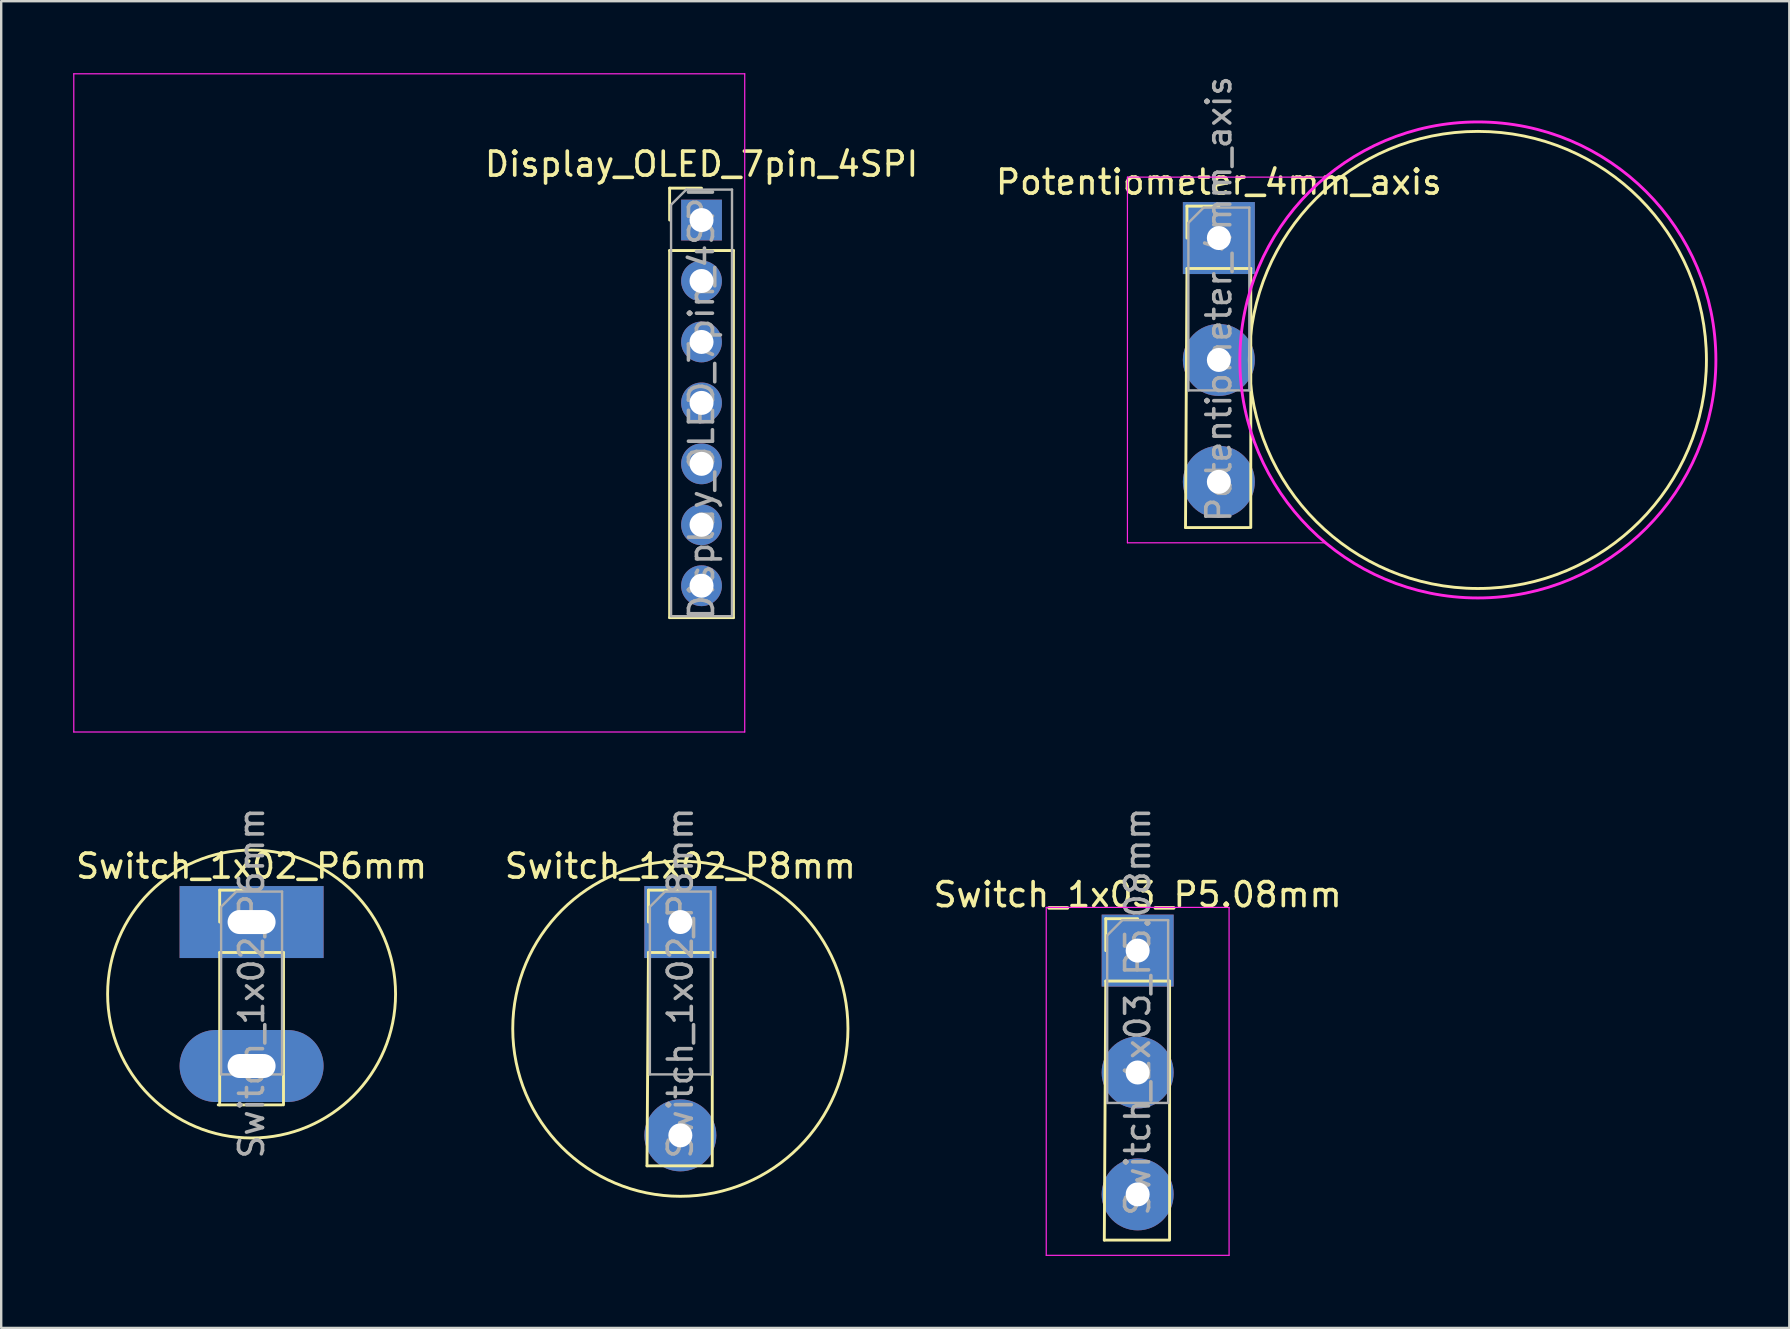
<source format=kicad_pcb>
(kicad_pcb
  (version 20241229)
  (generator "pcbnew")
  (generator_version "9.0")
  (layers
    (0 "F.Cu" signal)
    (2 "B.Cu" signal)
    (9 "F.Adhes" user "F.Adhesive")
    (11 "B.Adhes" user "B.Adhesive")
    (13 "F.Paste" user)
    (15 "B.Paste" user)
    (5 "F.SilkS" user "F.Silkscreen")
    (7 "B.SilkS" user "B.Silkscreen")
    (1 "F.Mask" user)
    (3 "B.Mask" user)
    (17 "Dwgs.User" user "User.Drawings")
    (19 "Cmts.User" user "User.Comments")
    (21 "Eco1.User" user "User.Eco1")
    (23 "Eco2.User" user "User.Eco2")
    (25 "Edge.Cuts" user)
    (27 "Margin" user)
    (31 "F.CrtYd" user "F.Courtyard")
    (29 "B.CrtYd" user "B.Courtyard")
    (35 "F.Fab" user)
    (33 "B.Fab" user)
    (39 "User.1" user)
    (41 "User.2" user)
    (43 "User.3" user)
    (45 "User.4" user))
  (footprint "Switch_1x02_P8mm"
    (layer "F.Cu")
    (at 25.304 35.377)
    (property "Reference" "Switch_1x02_P8mm" (at 0 -2.33 0) (layer "F.SilkS") (effects (font (size 1 1) (thickness 0.15))))
    (attr through_hole)
    (fp_line (start -1.39 10.16) (end 1.27 10.16) (stroke (width 0.12) (type solid)) (layer "F.SilkS"))
    (fp_line (start -1.33 -1.33) (end 0 -1.33) (stroke (width 0.12) (type solid)) (layer "F.SilkS"))
    (fp_line (start -1.33 0) (end -1.33 -1.33) (stroke (width 0.12) (type solid)) (layer "F.SilkS"))
    (fp_line (start -1.33 1.27) (end -1.39 10.16) (stroke (width 0.12) (type solid)) (layer "F.SilkS"))
    (fp_line (start -1.33 1.27) (end 1.33 1.27) (stroke (width 0.12) (type solid)) (layer "F.SilkS"))
    (fp_line (start 1.33 1.27) (end 1.33 10.16) (stroke (width 0.12) (type solid)) (layer "F.SilkS"))
    (fp_circle (center 0 4.445) (end 0 11.43) (stroke (width 0.12) (type solid)) (fill no) (layer "F.SilkS"))
    (fp_line (start -1.27 -0.635) (end -0.635 -1.27) (stroke (width 0.1) (type solid)) (layer "F.Fab"))
    (fp_line (start -1.27 6.35) (end -1.27 -0.635) (stroke (width 0.1) (type solid)) (layer "F.Fab"))
    (fp_line (start -0.635 -1.27) (end 1.27 -1.27) (stroke (width 0.1) (type solid)) (layer "F.Fab"))
    (fp_line (start 1.27 -1.27) (end 1.27 6.35) (stroke (width 0.1) (type solid)) (layer "F.Fab"))
    (fp_line (start 1.27 6.35) (end -1.27 6.35) (stroke (width 0.1) (type solid)) (layer "F.Fab"))
    (fp_text user "${REFERENCE}" (at 0 2.54 90) (layer "F.Fab") (effects (font (size 1 1) (thickness 0.15))))
    (pad "1" thru_hole rect (at 0 0) (size 3 3) (drill 1) (layers "*.Cu" "*.Mask"))
    (pad "2" thru_hole oval (at 0 8.89) (size 3 3) (drill 1) (layers "*.Cu" "*.Mask")))
  (footprint "Display_OLED_7pin_4SPI"
    (layer "F.Cu")
    (at 26.187 6.121)
    (property "Reference" "Display_OLED_7pin_4SPI" (at 0 -2.33 0) (layer "F.SilkS") (effects (font (size 1 1) (thickness 0.15))))
    (attr through_hole)
    (fp_line (start -1.33 -1.33) (end 0 -1.33) (stroke (width 0.12) (type solid)) (layer "F.SilkS"))
    (fp_line (start -1.33 0) (end -1.33 -1.33) (stroke (width 0.12) (type solid)) (layer "F.SilkS"))
    (fp_line (start -1.33 1.27) (end -1.33 16.57) (stroke (width 0.12) (type solid)) (layer "F.SilkS"))
    (fp_line (start -1.33 1.27) (end 1.33 1.27) (stroke (width 0.12) (type solid)) (layer "F.SilkS"))
    (fp_line (start -1.33 16.57) (end 1.33 16.57) (stroke (width 0.12) (type solid)) (layer "F.SilkS"))
    (fp_line (start 1.33 1.27) (end 1.33 16.57) (stroke (width 0.12) (type solid)) (layer "F.SilkS"))
    (fp_line (start -26.162 -6.096) (end -26.162 21.336) (stroke (width 0.05) (type solid)) (layer "F.CrtYd"))
    (fp_line (start -26.162 21.336) (end 1.8 21.336) (stroke (width 0.05) (type solid)) (layer "F.CrtYd"))
    (fp_line (start 1.8 -6.096) (end -26.162 -6.096) (stroke (width 0.05) (type solid)) (layer "F.CrtYd"))
    (fp_line (start 1.8 21.336) (end 1.8 -6.096) (stroke (width 0.05) (type solid)) (layer "F.CrtYd"))
    (fp_line (start -1.27 -0.635) (end -0.635 -1.27) (stroke (width 0.1) (type solid)) (layer "F.Fab"))
    (fp_line (start -1.27 16.51) (end -1.27 -0.635) (stroke (width 0.1) (type solid)) (layer "F.Fab"))
    (fp_line (start -0.635 -1.27) (end 1.27 -1.27) (stroke (width 0.1) (type solid)) (layer "F.Fab"))
    (fp_line (start 1.27 -1.27) (end 1.27 16.51) (stroke (width 0.1) (type solid)) (layer "F.Fab"))
    (fp_line (start 1.27 16.51) (end -1.27 16.51) (stroke (width 0.1) (type solid)) (layer "F.Fab"))
    (fp_text user "${REFERENCE}" (at 0 7.62 90) (layer "F.Fab") (effects (font (size 1 1) (thickness 0.15))))
    (pad "1" thru_hole rect (at 0 0) (size 1.7 1.7) (drill 1) (layers "*.Cu" "*.Mask"))
    (pad "2" thru_hole oval (at 0 2.54) (size 1.7 1.7) (drill 1) (layers "*.Cu" "*.Mask"))
    (pad "3" thru_hole oval (at 0 5.08) (size 1.7 1.7) (drill 1) (layers "*.Cu" "*.Mask"))
    (pad "4" thru_hole oval (at 0 7.62) (size 1.7 1.7) (drill 1) (layers "*.Cu" "*.Mask"))
    (pad "5" thru_hole oval (at 0 10.16) (size 1.7 1.7) (drill 1) (layers "*.Cu" "*.Mask"))
    (pad "6" thru_hole oval (at 0 12.7) (size 1.7 1.7) (drill 1) (layers "*.Cu" "*.Mask"))
    (pad "7" thru_hole oval (at 0 15.24) (size 1.7 1.7) (drill 1) (layers "*.Cu" "*.Mask")))
  (footprint "Switch_1x03_P5.08mm"
    (layer "F.Cu")
    (at 44.363 36.567)
    (property "Reference" "Switch_1x03_P5.08mm" (at 0 -2.33 0) (layer "F.SilkS") (effects (font (size 1 1) (thickness 0.15))))
    (attr through_hole)
    (fp_line (start -1.39 12.065) (end 1.27 12.065) (stroke (width 0.12) (type solid)) (layer "F.SilkS"))
    (fp_line (start -1.33 -1.33) (end 0 -1.33) (stroke (width 0.12) (type solid)) (layer "F.SilkS"))
    (fp_line (start -1.33 0) (end -1.33 -1.33) (stroke (width 0.12) (type solid)) (layer "F.SilkS"))
    (fp_line (start -1.33 1.27) (end -1.39 12.065) (stroke (width 0.12) (type solid)) (layer "F.SilkS"))
    (fp_line (start -1.33 1.27) (end 1.33 1.27) (stroke (width 0.12) (type solid)) (layer "F.SilkS"))
    (fp_line (start 1.33 1.27) (end 1.33 12.065) (stroke (width 0.12) (type solid)) (layer "F.SilkS"))
    (fp_line (start -3.81 -1.8) (end -3.81 12.7) (stroke (width 0.05) (type solid)) (layer "F.CrtYd"))
    (fp_line (start -3.81 12.7) (end 3.81 12.7) (stroke (width 0.05) (type solid)) (layer "F.CrtYd"))
    (fp_line (start 3.81 -1.8) (end -3.81 -1.8) (stroke (width 0.05) (type solid)) (layer "F.CrtYd"))
    (fp_line (start 3.81 12.7) (end 3.81 -1.8) (stroke (width 0.05) (type solid)) (layer "F.CrtYd"))
    (fp_line (start -1.27 -0.635) (end -0.635 -1.27) (stroke (width 0.1) (type solid)) (layer "F.Fab"))
    (fp_line (start -1.27 6.35) (end -1.27 -0.635) (stroke (width 0.1) (type solid)) (layer "F.Fab"))
    (fp_line (start -0.635 -1.27) (end 1.27 -1.27) (stroke (width 0.1) (type solid)) (layer "F.Fab"))
    (fp_line (start 1.27 -1.27) (end 1.27 6.35) (stroke (width 0.1) (type solid)) (layer "F.Fab"))
    (fp_line (start 1.27 6.35) (end -1.27 6.35) (stroke (width 0.1) (type solid)) (layer "F.Fab"))
    (fp_text user "${REFERENCE}" (at 0 2.54 90) (layer "F.Fab") (effects (font (size 1 1) (thickness 0.15))))
    (pad "1" thru_hole rect (at 0 0) (size 3 3) (drill 1) (layers "*.Cu" "*.Mask"))
    (pad "2" thru_hole oval (at 0 5.08) (size 3 3) (drill 1) (layers "*.Cu" "*.Mask"))
    (pad "3" thru_hole oval (at 0 10.16) (size 3 3) (drill 1) (layers "*.Cu" "*.Mask")))
  (footprint "Potentiometer_4mm_axis"
    (layer "F.Cu")
    (at 47.747 6.871)
    (property "Reference" "Potentiometer_4mm_axis" (at 0 -2.33 0) (layer "F.SilkS") (effects (font (size 1 1) (thickness 0.15))))
    (attr through_hole)
    (fp_line (start -1.39 12.065) (end 1.27 12.065) (stroke (width 0.12) (type solid)) (layer "F.SilkS"))
    (fp_line (start -1.33 -1.33) (end 0 -1.33) (stroke (width 0.12) (type solid)) (layer "F.SilkS"))
    (fp_line (start -1.33 0) (end -1.33 -1.33) (stroke (width 0.12) (type solid)) (layer "F.SilkS"))
    (fp_line (start -1.33 1.27) (end -1.39 12.065) (stroke (width 0.12) (type solid)) (layer "F.SilkS"))
    (fp_line (start -1.33 1.27) (end 1.33 1.27) (stroke (width 0.12) (type solid)) (layer "F.SilkS"))
    (fp_line (start 1.33 1.27) (end 1.33 12.065) (stroke (width 0.12) (type solid)) (layer "F.SilkS"))
    (fp_circle (center 10.795 5.08) (end 1.27 5.08) (stroke (width 0.12) (type solid)) (fill no) (layer "F.SilkS"))
    (fp_line (start -3.81 -2.54) (end -3.81 12.7) (stroke (width 0.05) (type solid)) (layer "F.CrtYd"))
    (fp_line (start -3.81 12.7) (end 4.445 12.7) (stroke (width 0.05) (type solid)) (layer "F.CrtYd"))
    (fp_line (start 4.445 -2.54) (end -3.81 -2.54) (stroke (width 0.05) (type solid)) (layer "F.CrtYd"))
    (fp_circle (center 10.795 5.08) (end 18.415 11.43) (stroke (width 0.12) (type solid)) (fill no) (layer "F.CrtYd"))
    (fp_line (start -1.27 -0.635) (end -0.635 -1.27) (stroke (width 0.1) (type solid)) (layer "F.Fab"))
    (fp_line (start -1.27 6.35) (end -1.27 -0.635) (stroke (width 0.1) (type solid)) (layer "F.Fab"))
    (fp_line (start -0.635 -1.27) (end 1.27 -1.27) (stroke (width 0.1) (type solid)) (layer "F.Fab"))
    (fp_line (start 1.27 -1.27) (end 1.27 6.35) (stroke (width 0.1) (type solid)) (layer "F.Fab"))
    (fp_line (start 1.27 6.35) (end -1.27 6.35) (stroke (width 0.1) (type solid)) (layer "F.Fab"))
    (fp_text user "${REFERENCE}" (at 0 2.54 90) (layer "F.Fab") (effects (font (size 1 1) (thickness 0.15))))
    (pad "1" thru_hole rect (at 0 0) (size 3 3) (drill 1) (layers "*.Cu" "*.Mask"))
    (pad "2" thru_hole oval (at 0 5.08) (size 3 3) (drill 1) (layers "*.Cu" "*.Mask"))
    (pad "3" thru_hole oval (at 0 10.16) (size 3 3) (drill 1) (layers "*.Cu" "*.Mask")))
  (footprint "Switch_1x02_P6mm"
    (layer "F.Cu")
    (at 7.435 35.377)
    (property "Reference" "Switch_1x02_P6mm" (at 0 -2.33 0) (layer "F.SilkS") (effects (font (size 1 1) (thickness 0.15))))
    (attr through_hole)
    (fp_line (start -1.39 7.62) (end 1.27 7.62) (stroke (width 0.12) (type solid)) (layer "F.SilkS"))
    (fp_line (start -1.33 -1.33) (end 0 -1.33) (stroke (width 0.12) (type solid)) (layer "F.SilkS"))
    (fp_line (start -1.33 0) (end -1.33 -1.33) (stroke (width 0.12) (type solid)) (layer "F.SilkS"))
    (fp_line (start -1.33 1.27) (end -1.33 7.62) (stroke (width 0.12) (type solid)) (layer "F.SilkS"))
    (fp_line (start -1.33 1.27) (end 1.33 1.27) (stroke (width 0.12) (type solid)) (layer "F.SilkS"))
    (fp_line (start 1.33 1.27) (end 1.33 7.62) (stroke (width 0.12) (type solid)) (layer "F.SilkS"))
    (fp_circle (center 0 3) (end 6 3) (stroke (width 0.12) (type solid)) (fill no) (layer "F.SilkS"))
    (fp_line (start -1.27 -0.635) (end -0.635 -1.27) (stroke (width 0.1) (type solid)) (layer "F.Fab"))
    (fp_line (start -1.27 6.35) (end -1.27 -0.635) (stroke (width 0.1) (type solid)) (layer "F.Fab"))
    (fp_line (start -0.635 -1.27) (end 1.27 -1.27) (stroke (width 0.1) (type solid)) (layer "F.Fab"))
    (fp_line (start 1.27 -1.27) (end 1.27 6.35) (stroke (width 0.1) (type solid)) (layer "F.Fab"))
    (fp_line (start 1.27 6.35) (end -1.27 6.35) (stroke (width 0.1) (type solid)) (layer "F.Fab"))
    (fp_text user "${REFERENCE}" (at 0 2.54 90) (layer "F.Fab") (effects (font (size 1 1) (thickness 0.15))))
    (pad "1" thru_hole rect (at 0 0) (size 6 3) (drill oval 2 1) (layers "*.Cu" "*.Mask"))
    (pad "2" thru_hole oval (at 0 6) (size 6 3) (drill oval 2 1) (layers "*.Cu" "*.Mask")))
  (gr_rect
    (start -3 -3)
    (end 71.521 52.292)
    (stroke (width 0.1) (type default))
    (fill no)
    (layer "Edge.Cuts")))
</source>
